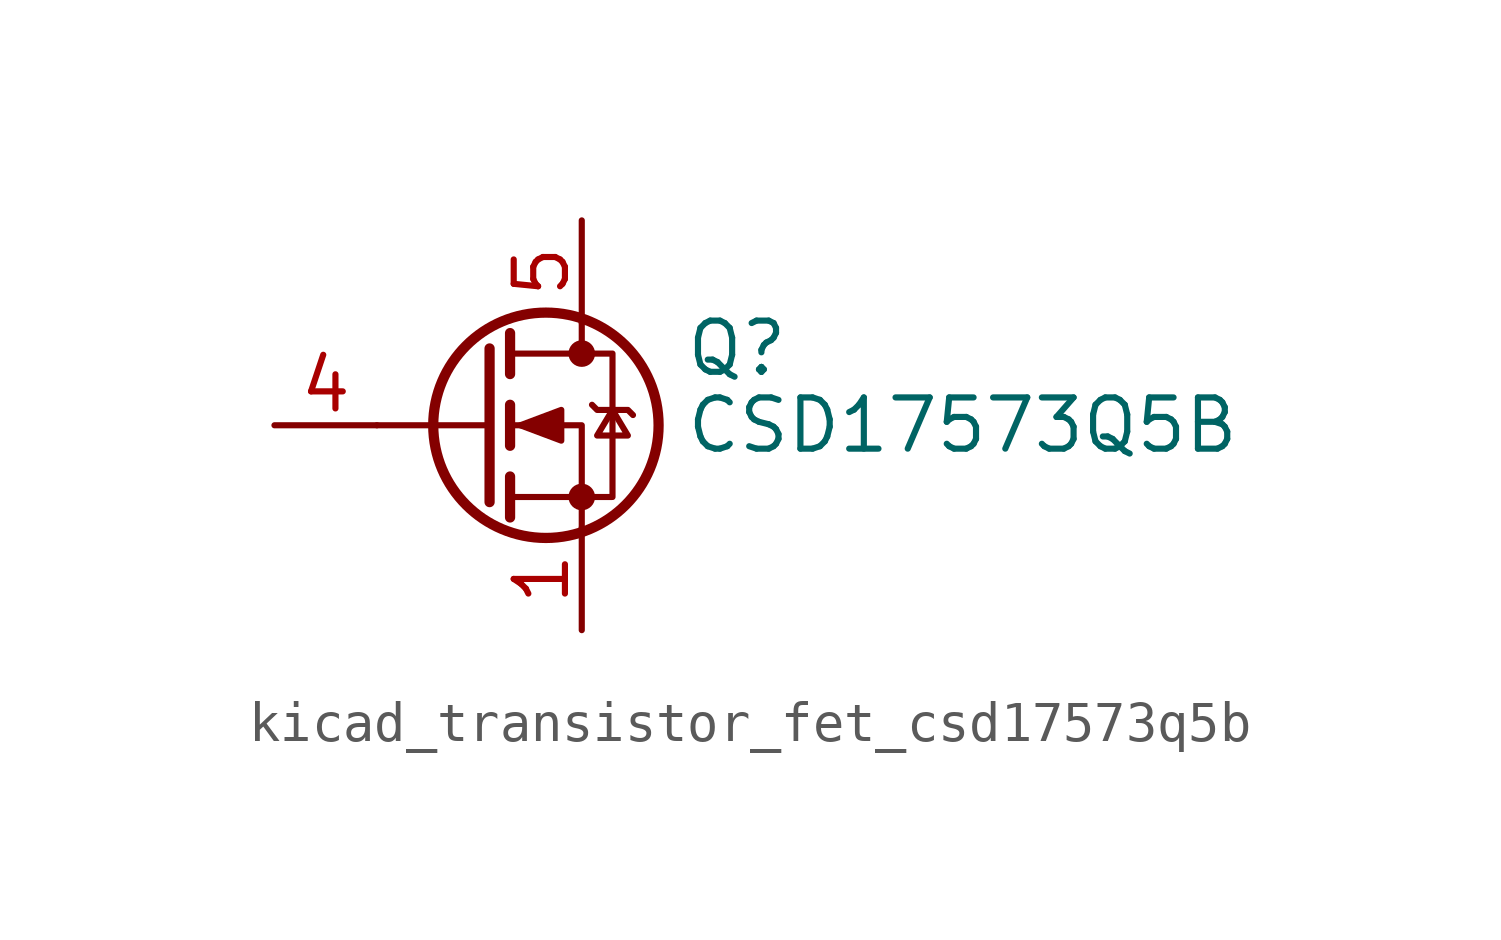
<source format=kicad_sym>
(kicad_symbol_lib
  (version 20220914)
  (generator kicad_symbol_editor)
  (symbol "kicad_transistor_fet_csd17573q5b"
    (pin_names hide)
    (property "Reference" "Q"
      (at 5.08 1.905 0)
      (effects (font (size 1.27 1.27)) (justify left)))
    (property "Value" "CSD17573Q5B"
      (at 5.08 0 0)
      (effects (font (size 1.27 1.27)) (justify left)))
    (symbol "kicad_transistor_fet_csd17573q5b_0_1"
      (polyline (pts (xy 0.254 0) (xy -2.54 0)) (stroke (width 0) (type default)) (fill (type none)))
      (polyline (pts (xy 0.254 1.905) (xy 0.254 -1.905)) (stroke (width 0.254) (type default)) (fill (type none)))
      (polyline (pts (xy 0.762 -1.27) (xy 0.762 -2.286)) (stroke (width 0.254) (type default)) (fill (type none)))
      (polyline (pts (xy 0.762 0.508) (xy 0.762 -0.508)) (stroke (width 0.254) (type default)) (fill (type none)))
      (polyline (pts (xy 0.762 2.286) (xy 0.762 1.27)) (stroke (width 0.254) (type default)) (fill (type none)))
      (polyline (pts (xy 2.54 2.54) (xy 2.54 1.778)) (stroke (width 0) (type default)) (fill (type none)))
      (polyline (pts (xy 2.54 -2.54) (xy 2.54 0) (xy 0.762 0)) (stroke (width 0) (type default)) (fill (type none)))
      (polyline (pts (xy 0.762 -1.778) (xy 3.302 -1.778) (xy 3.302 1.778) (xy 0.762 1.778)) (stroke (width 0) (type default)) (fill (type none)))
      (polyline (pts (xy 1.016 0) (xy 2.032 0.381) (xy 2.032 -0.381) (xy 1.016 0)) (stroke (width 0) (type default)) (fill (type outline)))
      (polyline (pts (xy 2.794 0.508) (xy 2.921 0.381) (xy 3.683 0.381) (xy 3.81 0.254)) (stroke (width 0) (type default)) (fill (type none)))
      (polyline (pts (xy 3.302 0.381) (xy 2.921 -0.254) (xy 3.683 -0.254) (xy 3.302 0.381)) (stroke (width 0) (type default)) (fill (type none)))
      (circle (center 1.651 0) (radius 2.794) (stroke (width 0.254) (type default)) (fill (type none)))
      (circle (center 2.54 -1.778) (radius 0.254) (stroke (width 0) (type default)) (fill (type outline)))
      (circle (center 2.54 1.778) (radius 0.254) (stroke (width 0) (type default)) (fill (type outline))))
    (symbol "kicad_transistor_fet_csd17573q5b_1_1"
      (pin passive line (at 2.54 -5.08 90) (length 2.54) (name "S" (effects (font (size 1.27 1.27)))) (number "1" (effects (font (size 1.27 1.27)))))
      (pin passive line (at 2.54 -5.08 90) (length 2.54) hide (name "S" (effects (font (size 1.27 1.27)))) (number "2" (effects (font (size 1.27 1.27)))))
      (pin passive line (at 2.54 -5.08 90) (length 2.54) hide (name "S" (effects (font (size 1.27 1.27)))) (number "3" (effects (font (size 1.27 1.27)))))
      (pin passive line (at -5.08 0 0) (length 2.54) (name "G" (effects (font (size 1.27 1.27)))) (number "4" (effects (font (size 1.27 1.27)))))
      (pin passive line (at 2.54 5.08 270) (length 2.54) (name "D" (effects (font (size 1.27 1.27)))) (number "5" (effects (font (size 1.27 1.27))))))))
</source>
